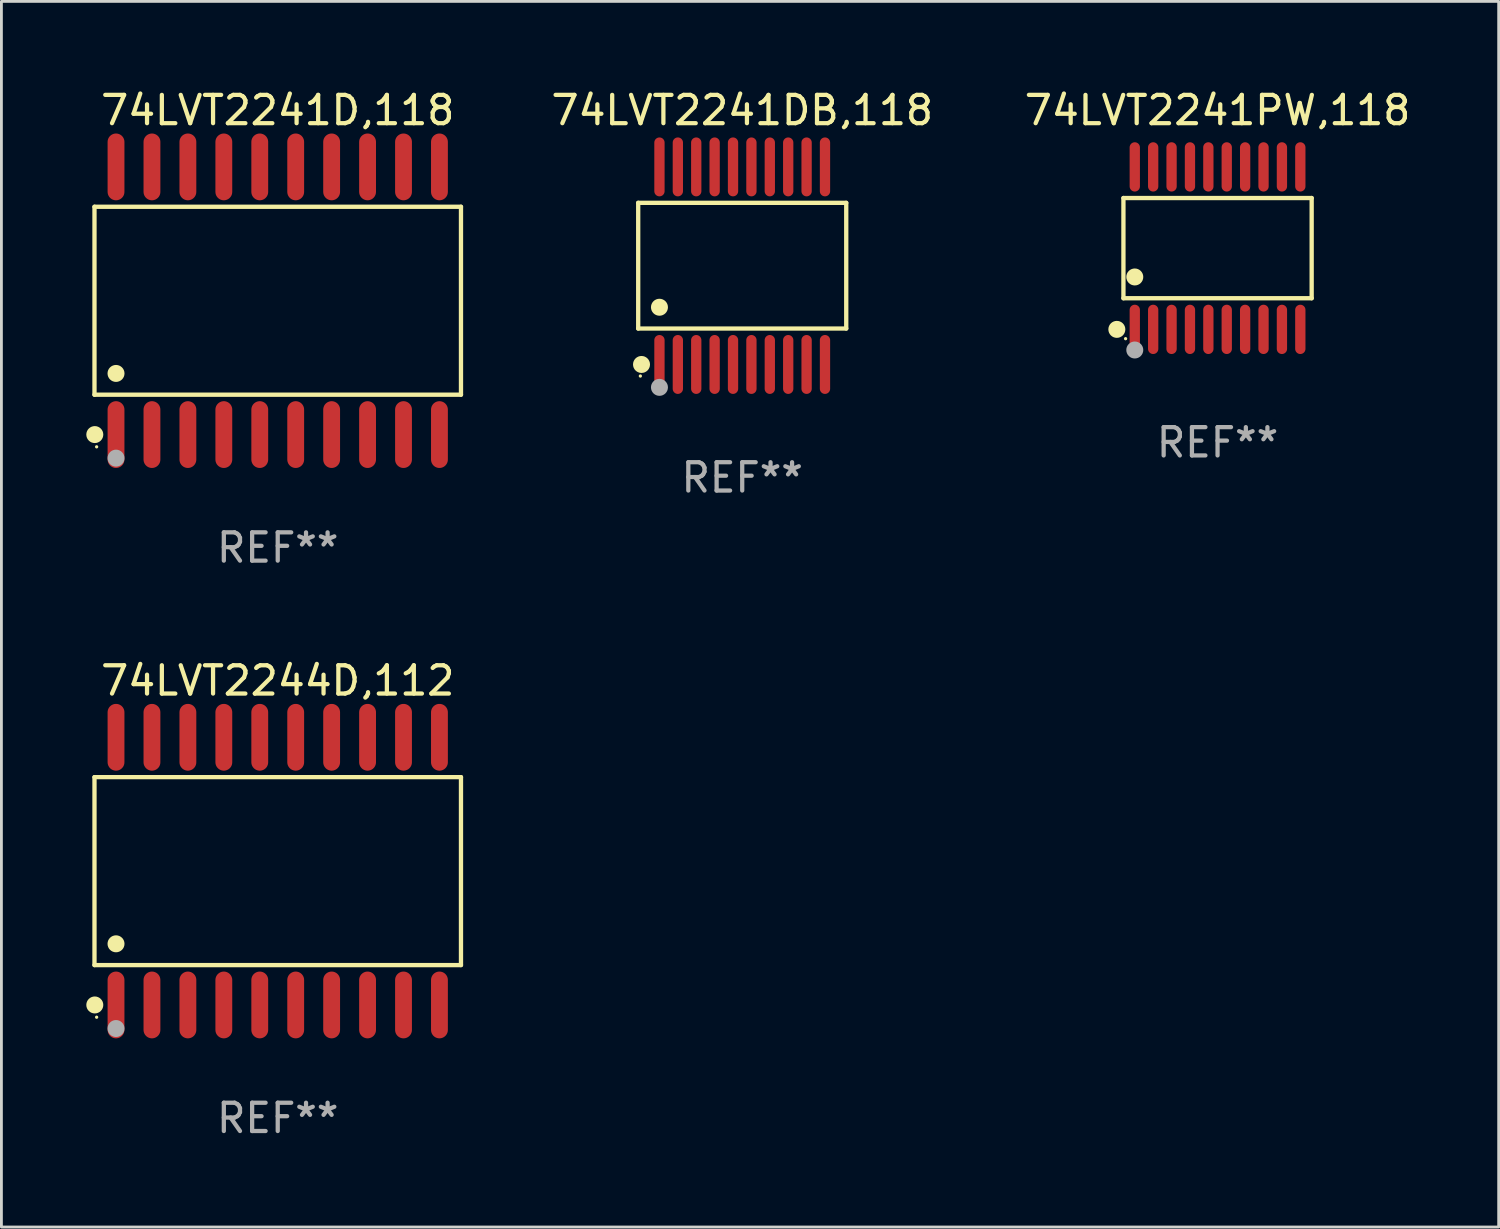
<source format=kicad_pcb>
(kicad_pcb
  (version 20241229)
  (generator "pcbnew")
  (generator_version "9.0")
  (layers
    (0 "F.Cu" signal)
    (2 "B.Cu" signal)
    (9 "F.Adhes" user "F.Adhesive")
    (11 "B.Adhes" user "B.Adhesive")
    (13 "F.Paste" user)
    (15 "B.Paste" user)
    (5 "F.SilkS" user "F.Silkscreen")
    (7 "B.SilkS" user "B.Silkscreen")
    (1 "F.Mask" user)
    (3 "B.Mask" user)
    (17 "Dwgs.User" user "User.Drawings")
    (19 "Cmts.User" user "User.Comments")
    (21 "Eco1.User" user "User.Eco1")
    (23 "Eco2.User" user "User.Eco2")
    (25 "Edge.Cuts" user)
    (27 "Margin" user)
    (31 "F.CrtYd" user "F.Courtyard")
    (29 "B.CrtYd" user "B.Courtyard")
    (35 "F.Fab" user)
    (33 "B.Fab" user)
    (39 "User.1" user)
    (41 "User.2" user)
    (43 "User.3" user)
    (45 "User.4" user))
  (footprint "74LVT2241PW,118"
    (layer "F.Cu")
    (at 39.978 5.719)
    (property "Reference" "74LVT2241PW,118" (at 0 -4.871 0) (layer "F.SilkS") (effects (font (size 1 1) (thickness 0.15))))
    (attr through_hole)
    (fp_line (start -3.326 -1.771) (end 3.326 -1.771) (stroke (width 0.152) (type solid)) (layer "F.SilkS"))
    (fp_line (start -3.326 1.771) (end -3.326 -1.771) (stroke (width 0.152) (type solid)) (layer "F.SilkS"))
    (fp_line (start 3.326 -1.771) (end 3.326 1.771) (stroke (width 0.152) (type solid)) (layer "F.SilkS"))
    (fp_line (start 3.326 1.771) (end -3.326 1.771) (stroke (width 0.152) (type solid)) (layer "F.SilkS"))
    (fp_circle (center -3.559 2.871) (end -3.409 2.871) (stroke (width 0.3) (type solid)) (fill no) (layer "F.SilkS"))
    (fp_circle (center -3.25 3.2) (end -3.22 3.2) (stroke (width 0.06) (type solid)) (fill no) (layer "F.SilkS"))
    (fp_circle (center -2.925 1.019) (end -2.775 1.019) (stroke (width 0.3) (type solid)) (fill no) (layer "F.SilkS"))
    (fp_circle (center -2.925 3.6) (end -2.775 3.6) (stroke (width 0.3) (type solid)) (fill no) (layer "F.Fab"))
    (fp_text user "REF**" (at 0 6.871 0) (layer "F.Fab") (effects (font (size 1 1) (thickness 0.15))))
    (pad "1" smd oval (at -2.925 2.871) (size 0.364 1.742) (layers "F.Cu" "F.Mask" "F.Paste"))
    (pad "2" smd oval (at -2.275 2.871) (size 0.364 1.742) (layers "F.Cu" "F.Mask" "F.Paste"))
    (pad "3" smd oval (at -1.625 2.871) (size 0.364 1.742) (layers "F.Cu" "F.Mask" "F.Paste"))
    (pad "4" smd oval (at -0.975 2.871) (size 0.364 1.742) (layers "F.Cu" "F.Mask" "F.Paste"))
    (pad "5" smd oval (at -0.325 2.871) (size 0.364 1.742) (layers "F.Cu" "F.Mask" "F.Paste"))
    (pad "6" smd oval (at 0.325 2.871) (size 0.364 1.742) (layers "F.Cu" "F.Mask" "F.Paste"))
    (pad "7" smd oval (at 0.975 2.871) (size 0.364 1.742) (layers "F.Cu" "F.Mask" "F.Paste"))
    (pad "8" smd oval (at 1.625 2.871) (size 0.364 1.742) (layers "F.Cu" "F.Mask" "F.Paste"))
    (pad "9" smd oval (at 2.275 2.871) (size 0.364 1.742) (layers "F.Cu" "F.Mask" "F.Paste"))
    (pad "10" smd oval (at 2.925 2.871) (size 0.364 1.742) (layers "F.Cu" "F.Mask" "F.Paste"))
    (pad "11" smd oval (at 2.925 -2.871) (size 0.364 1.742) (layers "F.Cu" "F.Mask" "F.Paste"))
    (pad "12" smd oval (at 2.275 -2.871) (size 0.364 1.742) (layers "F.Cu" "F.Mask" "F.Paste"))
    (pad "13" smd oval (at 1.625 -2.871) (size 0.364 1.742) (layers "F.Cu" "F.Mask" "F.Paste"))
    (pad "14" smd oval (at 0.975 -2.871) (size 0.364 1.742) (layers "F.Cu" "F.Mask" "F.Paste"))
    (pad "15" smd oval (at 0.325 -2.871) (size 0.364 1.742) (layers "F.Cu" "F.Mask" "F.Paste"))
    (pad "16" smd oval (at -0.325 -2.871) (size 0.364 1.742) (layers "F.Cu" "F.Mask" "F.Paste"))
    (pad "17" smd oval (at -0.975 -2.871) (size 0.364 1.742) (layers "F.Cu" "F.Mask" "F.Paste"))
    (pad "18" smd oval (at -1.625 -2.871) (size 0.364 1.742) (layers "F.Cu" "F.Mask" "F.Paste"))
    (pad "19" smd oval (at -2.275 -2.871) (size 0.364 1.742) (layers "F.Cu" "F.Mask" "F.Paste"))
    (pad "20" smd oval (at -2.925 -2.871) (size 0.364 1.742) (layers "F.Cu" "F.Mask" "F.Paste")))
  (footprint "74LVT2244D,112"
    (layer "F.Cu")
    (at 6.765 27.735)
    (property "Reference" "74LVT2244D,112" (at 0 -6.73 0) (layer "F.SilkS") (effects (font (size 1 1) (thickness 0.15))))
    (attr through_hole)
    (fp_line (start -6.476 -3.321) (end 6.476 -3.321) (stroke (width 0.152) (type solid)) (layer "F.SilkS"))
    (fp_line (start -6.476 3.321) (end -6.476 -3.321) (stroke (width 0.152) (type solid)) (layer "F.SilkS"))
    (fp_line (start 6.476 -3.321) (end 6.476 3.321) (stroke (width 0.152) (type solid)) (layer "F.SilkS"))
    (fp_line (start 6.476 3.321) (end -6.476 3.321) (stroke (width 0.152) (type solid)) (layer "F.SilkS"))
    (fp_circle (center -6.465 4.73) (end -6.315 4.73) (stroke (width 0.3) (type solid)) (fill no) (layer "F.SilkS"))
    (fp_circle (center -6.4 5.163) (end -6.37 5.163) (stroke (width 0.06) (type solid)) (fill no) (layer "F.SilkS"))
    (fp_circle (center -5.715 2.569) (end -5.565 2.569) (stroke (width 0.3) (type solid)) (fill no) (layer "F.SilkS"))
    (fp_circle (center -5.715 5.563) (end -5.565 5.563) (stroke (width 0.3) (type solid)) (fill no) (layer "F.Fab"))
    (fp_text user "REF**" (at 0 8.73 0) (layer "F.Fab") (effects (font (size 1 1) (thickness 0.15))))
    (pad "1" smd oval (at -5.715 4.73) (size 0.595 2.36) (layers "F.Cu" "F.Mask" "F.Paste"))
    (pad "2" smd oval (at -4.445 4.73) (size 0.595 2.36) (layers "F.Cu" "F.Mask" "F.Paste"))
    (pad "3" smd oval (at -3.175 4.73) (size 0.595 2.36) (layers "F.Cu" "F.Mask" "F.Paste"))
    (pad "4" smd oval (at -1.905 4.73) (size 0.595 2.36) (layers "F.Cu" "F.Mask" "F.Paste"))
    (pad "5" smd oval (at -0.635 4.73) (size 0.595 2.36) (layers "F.Cu" "F.Mask" "F.Paste"))
    (pad "6" smd oval (at 0.635 4.73) (size 0.595 2.36) (layers "F.Cu" "F.Mask" "F.Paste"))
    (pad "7" smd oval (at 1.905 4.73) (size 0.595 2.36) (layers "F.Cu" "F.Mask" "F.Paste"))
    (pad "8" smd oval (at 3.175 4.73) (size 0.595 2.36) (layers "F.Cu" "F.Mask" "F.Paste"))
    (pad "9" smd oval (at 4.445 4.73) (size 0.595 2.36) (layers "F.Cu" "F.Mask" "F.Paste"))
    (pad "10" smd oval (at 5.715 4.73) (size 0.595 2.36) (layers "F.Cu" "F.Mask" "F.Paste"))
    (pad "11" smd oval (at 5.715 -4.73) (size 0.595 2.36) (layers "F.Cu" "F.Mask" "F.Paste"))
    (pad "12" smd oval (at 4.445 -4.73) (size 0.595 2.36) (layers "F.Cu" "F.Mask" "F.Paste"))
    (pad "13" smd oval (at 3.175 -4.73) (size 0.595 2.36) (layers "F.Cu" "F.Mask" "F.Paste"))
    (pad "14" smd oval (at 1.905 -4.73) (size 0.595 2.36) (layers "F.Cu" "F.Mask" "F.Paste"))
    (pad "15" smd oval (at 0.635 -4.73) (size 0.595 2.36) (layers "F.Cu" "F.Mask" "F.Paste"))
    (pad "16" smd oval (at -0.635 -4.73) (size 0.595 2.36) (layers "F.Cu" "F.Mask" "F.Paste"))
    (pad "17" smd oval (at -1.905 -4.73) (size 0.595 2.36) (layers "F.Cu" "F.Mask" "F.Paste"))
    (pad "18" smd oval (at -3.175 -4.73) (size 0.595 2.36) (layers "F.Cu" "F.Mask" "F.Paste"))
    (pad "19" smd oval (at -4.445 -4.73) (size 0.595 2.36) (layers "F.Cu" "F.Mask" "F.Paste"))
    (pad "20" smd oval (at -5.715 -4.73) (size 0.595 2.36) (layers "F.Cu" "F.Mask" "F.Paste")))
  (footprint "74LVT2241D,118"
    (layer "F.Cu")
    (at 6.765 7.578)
    (property "Reference" "74LVT2241D,118" (at 0 -6.73 0) (layer "F.SilkS") (effects (font (size 1 1) (thickness 0.15))))
    (attr through_hole)
    (fp_line (start -6.476 -3.321) (end 6.476 -3.321) (stroke (width 0.152) (type solid)) (layer "F.SilkS"))
    (fp_line (start -6.476 3.321) (end -6.476 -3.321) (stroke (width 0.152) (type solid)) (layer "F.SilkS"))
    (fp_line (start 6.476 -3.321) (end 6.476 3.321) (stroke (width 0.152) (type solid)) (layer "F.SilkS"))
    (fp_line (start 6.476 3.321) (end -6.476 3.321) (stroke (width 0.152) (type solid)) (layer "F.SilkS"))
    (fp_circle (center -6.465 4.73) (end -6.315 4.73) (stroke (width 0.3) (type solid)) (fill no) (layer "F.SilkS"))
    (fp_circle (center -6.4 5.163) (end -6.37 5.163) (stroke (width 0.06) (type solid)) (fill no) (layer "F.SilkS"))
    (fp_circle (center -5.715 2.569) (end -5.565 2.569) (stroke (width 0.3) (type solid)) (fill no) (layer "F.SilkS"))
    (fp_circle (center -5.715 5.563) (end -5.565 5.563) (stroke (width 0.3) (type solid)) (fill no) (layer "F.Fab"))
    (fp_text user "REF**" (at 0 8.73 0) (layer "F.Fab") (effects (font (size 1 1) (thickness 0.15))))
    (pad "1" smd oval (at -5.715 4.73) (size 0.595 2.36) (layers "F.Cu" "F.Mask" "F.Paste"))
    (pad "2" smd oval (at -4.445 4.73) (size 0.595 2.36) (layers "F.Cu" "F.Mask" "F.Paste"))
    (pad "3" smd oval (at -3.175 4.73) (size 0.595 2.36) (layers "F.Cu" "F.Mask" "F.Paste"))
    (pad "4" smd oval (at -1.905 4.73) (size 0.595 2.36) (layers "F.Cu" "F.Mask" "F.Paste"))
    (pad "5" smd oval (at -0.635 4.73) (size 0.595 2.36) (layers "F.Cu" "F.Mask" "F.Paste"))
    (pad "6" smd oval (at 0.635 4.73) (size 0.595 2.36) (layers "F.Cu" "F.Mask" "F.Paste"))
    (pad "7" smd oval (at 1.905 4.73) (size 0.595 2.36) (layers "F.Cu" "F.Mask" "F.Paste"))
    (pad "8" smd oval (at 3.175 4.73) (size 0.595 2.36) (layers "F.Cu" "F.Mask" "F.Paste"))
    (pad "9" smd oval (at 4.445 4.73) (size 0.595 2.36) (layers "F.Cu" "F.Mask" "F.Paste"))
    (pad "10" smd oval (at 5.715 4.73) (size 0.595 2.36) (layers "F.Cu" "F.Mask" "F.Paste"))
    (pad "11" smd oval (at 5.715 -4.73) (size 0.595 2.36) (layers "F.Cu" "F.Mask" "F.Paste"))
    (pad "12" smd oval (at 4.445 -4.73) (size 0.595 2.36) (layers "F.Cu" "F.Mask" "F.Paste"))
    (pad "13" smd oval (at 3.175 -4.73) (size 0.595 2.36) (layers "F.Cu" "F.Mask" "F.Paste"))
    (pad "14" smd oval (at 1.905 -4.73) (size 0.595 2.36) (layers "F.Cu" "F.Mask" "F.Paste"))
    (pad "15" smd oval (at 0.635 -4.73) (size 0.595 2.36) (layers "F.Cu" "F.Mask" "F.Paste"))
    (pad "16" smd oval (at -0.635 -4.73) (size 0.595 2.36) (layers "F.Cu" "F.Mask" "F.Paste"))
    (pad "17" smd oval (at -1.905 -4.73) (size 0.595 2.36) (layers "F.Cu" "F.Mask" "F.Paste"))
    (pad "18" smd oval (at -3.175 -4.73) (size 0.595 2.36) (layers "F.Cu" "F.Mask" "F.Paste"))
    (pad "19" smd oval (at -4.445 -4.73) (size 0.595 2.36) (layers "F.Cu" "F.Mask" "F.Paste"))
    (pad "20" smd oval (at -5.715 -4.73) (size 0.595 2.36) (layers "F.Cu" "F.Mask" "F.Paste")))
  (footprint "74LVT2241DB,118"
    (layer "F.Cu")
    (at 23.18 6.339)
    (property "Reference" "74LVT2241DB,118" (at 0 -5.491 0) (layer "F.SilkS") (effects (font (size 1 1) (thickness 0.15))))
    (attr through_hole)
    (fp_line (start -3.676 -2.221) (end 3.676 -2.221) (stroke (width 0.152) (type solid)) (layer "F.SilkS"))
    (fp_line (start -3.676 2.221) (end -3.676 -2.221) (stroke (width 0.152) (type solid)) (layer "F.SilkS"))
    (fp_line (start 3.676 -2.221) (end 3.676 2.221) (stroke (width 0.152) (type solid)) (layer "F.SilkS"))
    (fp_line (start 3.676 2.221) (end -3.676 2.221) (stroke (width 0.152) (type solid)) (layer "F.SilkS"))
    (fp_circle (center -3.6 3.9) (end -3.57 3.9) (stroke (width 0.06) (type solid)) (fill no) (layer "F.SilkS"))
    (fp_circle (center -3.559 3.491) (end -3.409 3.491) (stroke (width 0.3) (type solid)) (fill no) (layer "F.SilkS"))
    (fp_circle (center -2.925 1.469) (end -2.775 1.469) (stroke (width 0.3) (type solid)) (fill no) (layer "F.SilkS"))
    (fp_circle (center -2.925 4.3) (end -2.775 4.3) (stroke (width 0.3) (type solid)) (fill no) (layer "F.Fab"))
    (fp_text user "REF**" (at 0 7.491 0) (layer "F.Fab") (effects (font (size 1 1) (thickness 0.15))))
    (pad "1" smd oval (at -2.925 3.491) (size 0.364 2.082) (layers "F.Cu" "F.Mask" "F.Paste"))
    (pad "2" smd oval (at -2.275 3.491) (size 0.364 2.082) (layers "F.Cu" "F.Mask" "F.Paste"))
    (pad "3" smd oval (at -1.625 3.491) (size 0.364 2.082) (layers "F.Cu" "F.Mask" "F.Paste"))
    (pad "4" smd oval (at -0.975 3.491) (size 0.364 2.082) (layers "F.Cu" "F.Mask" "F.Paste"))
    (pad "5" smd oval (at -0.325 3.491) (size 0.364 2.082) (layers "F.Cu" "F.Mask" "F.Paste"))
    (pad "6" smd oval (at 0.325 3.491) (size 0.364 2.082) (layers "F.Cu" "F.Mask" "F.Paste"))
    (pad "7" smd oval (at 0.975 3.491) (size 0.364 2.082) (layers "F.Cu" "F.Mask" "F.Paste"))
    (pad "8" smd oval (at 1.625 3.491) (size 0.364 2.082) (layers "F.Cu" "F.Mask" "F.Paste"))
    (pad "9" smd oval (at 2.275 3.491) (size 0.364 2.082) (layers "F.Cu" "F.Mask" "F.Paste"))
    (pad "10" smd oval (at 2.925 3.491) (size 0.364 2.082) (layers "F.Cu" "F.Mask" "F.Paste"))
    (pad "11" smd oval (at 2.925 -3.491) (size 0.364 2.082) (layers "F.Cu" "F.Mask" "F.Paste"))
    (pad "12" smd oval (at 2.275 -3.491) (size 0.364 2.082) (layers "F.Cu" "F.Mask" "F.Paste"))
    (pad "13" smd oval (at 1.625 -3.491) (size 0.364 2.082) (layers "F.Cu" "F.Mask" "F.Paste"))
    (pad "14" smd oval (at 0.975 -3.491) (size 0.364 2.082) (layers "F.Cu" "F.Mask" "F.Paste"))
    (pad "15" smd oval (at 0.325 -3.491) (size 0.364 2.082) (layers "F.Cu" "F.Mask" "F.Paste"))
    (pad "16" smd oval (at -0.325 -3.491) (size 0.364 2.082) (layers "F.Cu" "F.Mask" "F.Paste"))
    (pad "17" smd oval (at -0.975 -3.491) (size 0.364 2.082) (layers "F.Cu" "F.Mask" "F.Paste"))
    (pad "18" smd oval (at -1.625 -3.491) (size 0.364 2.082) (layers "F.Cu" "F.Mask" "F.Paste"))
    (pad "19" smd oval (at -2.275 -3.491) (size 0.364 2.082) (layers "F.Cu" "F.Mask" "F.Paste"))
    (pad "20" smd oval (at -2.925 -3.491) (size 0.364 2.082) (layers "F.Cu" "F.Mask" "F.Paste")))
  (gr_rect
    (start -3 -3)
    (end 49.913 40.313)
    (stroke (width 0.1) (type default))
    (fill no)
    (layer "Edge.Cuts")))
</source>
